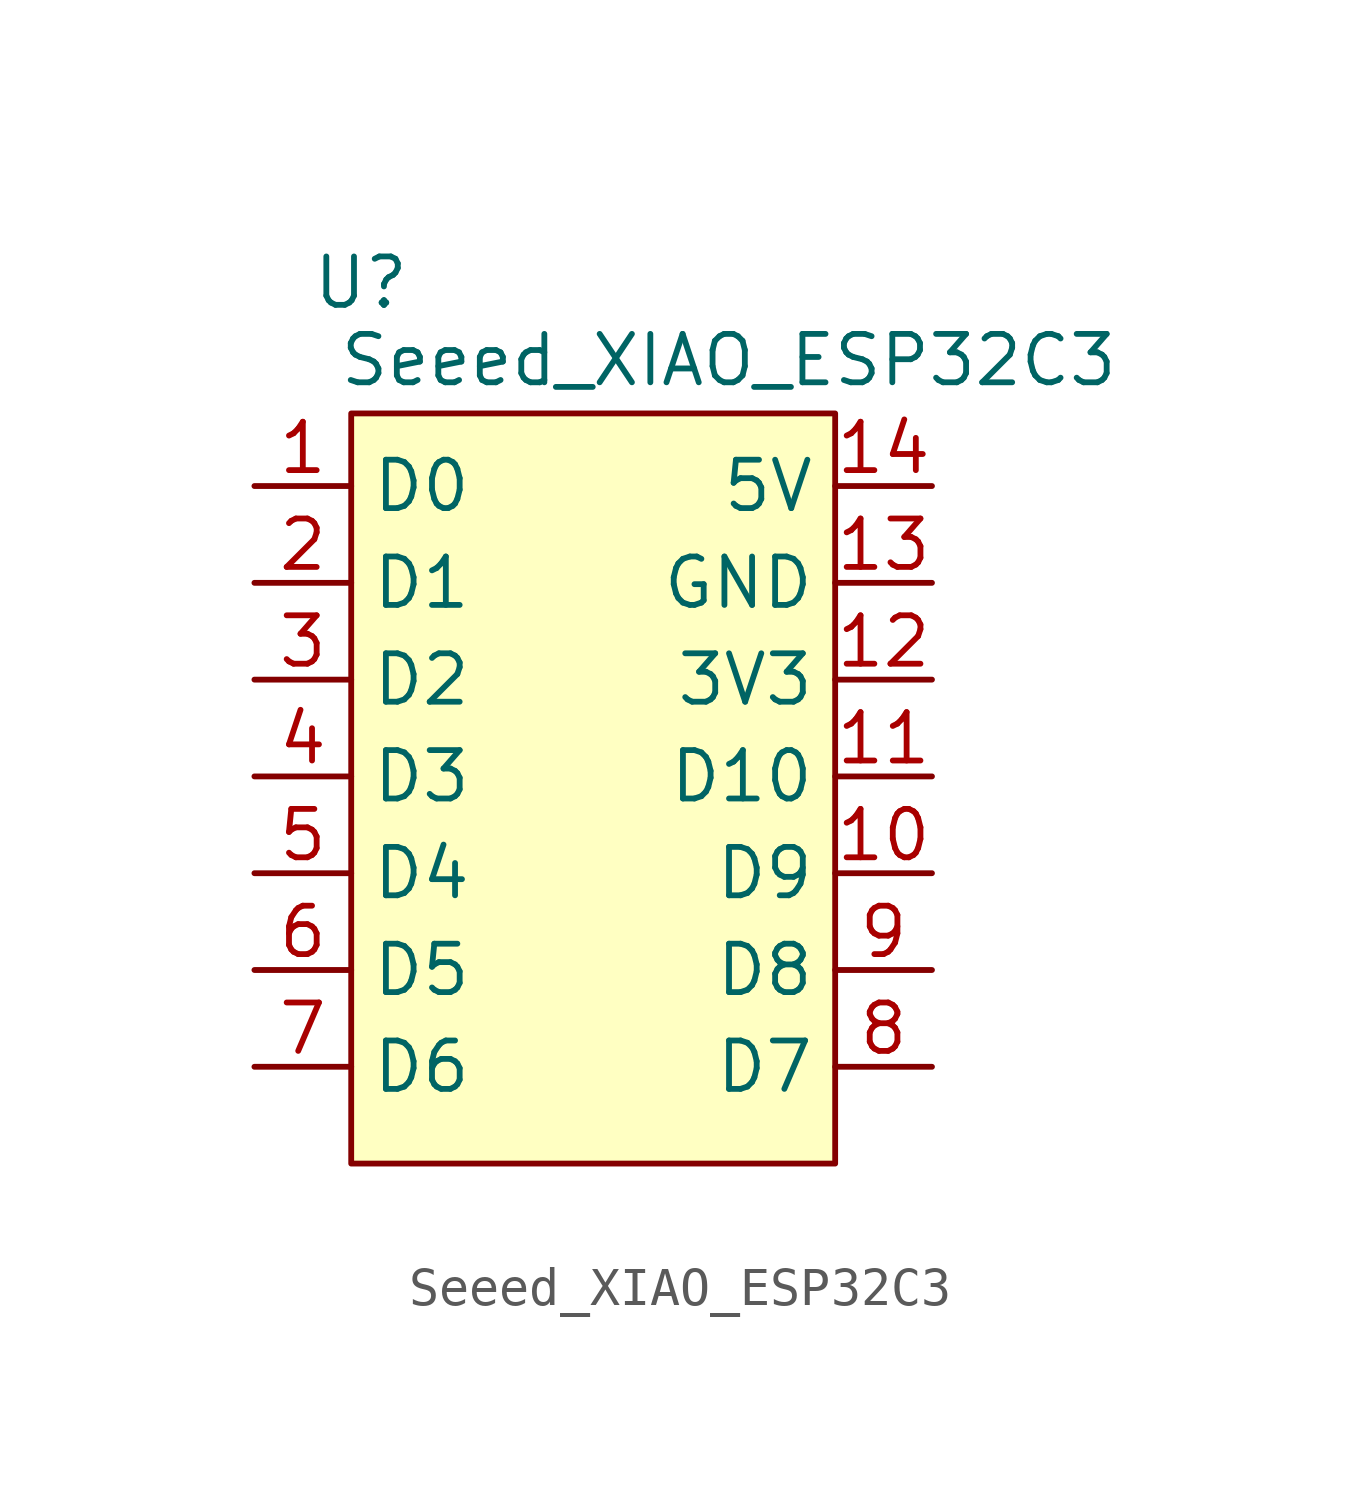
<source format=kicad_sym>
(kicad_symbol_lib
  (version 20231120)
  (generator "kicad_symbol_editor")
  (generator_version "8.0")
  (symbol "Seeed_XIAO_ESP32C3"
    (property "Reference" "U"
      (at -6.096 12.954 0)
      (effects (font (size 1.27 1.27))))
    (property "Value" "Seeed_XIAO_ESP32C3"
      (at 3.556 10.922 0)
      (effects (font (size 1.27 1.27))))
    (symbol "Seeed_XIAO_ESP32C3_0_1"
      (rectangle (start -6.35 9.525) (end 6.35 -10.16) (stroke (width 0) (type default)) (fill (type background))))
    (symbol "Seeed_XIAO_ESP32C3_1_1"
      (pin bidirectional line (at -8.89 7.62 0) (length 2.54) (name "D0" (effects (font (size 1.27 1.27)))) (number "1" (effects (font (size 1.27 1.27)))))
      (pin bidirectional line (at 8.89 -2.54 180) (length 2.54) (name "D9" (effects (font (size 1.27 1.27)))) (number "10" (effects (font (size 1.27 1.27)))))
      (pin bidirectional line (at 8.89 0 180) (length 2.54) (name "D10" (effects (font (size 1.27 1.27)))) (number "11" (effects (font (size 1.27 1.27)))))
      (pin power_out line (at 8.89 2.54 180) (length 2.54) (name "3V3" (effects (font (size 1.27 1.27)))) (number "12" (effects (font (size 1.27 1.27)))))
      (pin passive line (at 8.89 5.08 180) (length 2.54) (name "GND" (effects (font (size 1.27 1.27)))) (number "13" (effects (font (size 1.27 1.27)))))
      (pin power_out line (at 8.89 7.62 180) (length 2.54) (name "5V" (effects (font (size 1.27 1.27)))) (number "14" (effects (font (size 1.27 1.27)))))
      (pin bidirectional line (at -8.89 5.08 0) (length 2.54) (name "D1" (effects (font (size 1.27 1.27)))) (number "2" (effects (font (size 1.27 1.27)))))
      (pin bidirectional line (at -8.89 2.54 0) (length 2.54) (name "D2" (effects (font (size 1.27 1.27)))) (number "3" (effects (font (size 1.27 1.27)))))
      (pin bidirectional line (at -8.89 0 0) (length 2.54) (name "D3" (effects (font (size 1.27 1.27)))) (number "4" (effects (font (size 1.27 1.27)))))
      (pin bidirectional line (at -8.89 -2.54 0) (length 2.54) (name "D4" (effects (font (size 1.27 1.27)))) (number "5" (effects (font (size 1.27 1.27)))))
      (pin bidirectional line (at -8.89 -5.08 0) (length 2.54) (name "D5" (effects (font (size 1.27 1.27)))) (number "6" (effects (font (size 1.27 1.27)))))
      (pin bidirectional line (at -8.89 -7.62 0) (length 2.54) (name "D6" (effects (font (size 1.27 1.27)))) (number "7" (effects (font (size 1.27 1.27)))))
      (pin bidirectional line (at 8.89 -7.62 180) (length 2.54) (name "D7" (effects (font (size 1.27 1.27)))) (number "8" (effects (font (size 1.27 1.27)))))
      (pin bidirectional line (at 8.89 -5.08 180) (length 2.54) (name "D8" (effects (font (size 1.27 1.27)))) (number "9" (effects (font (size 1.27 1.27))))))))
</source>
